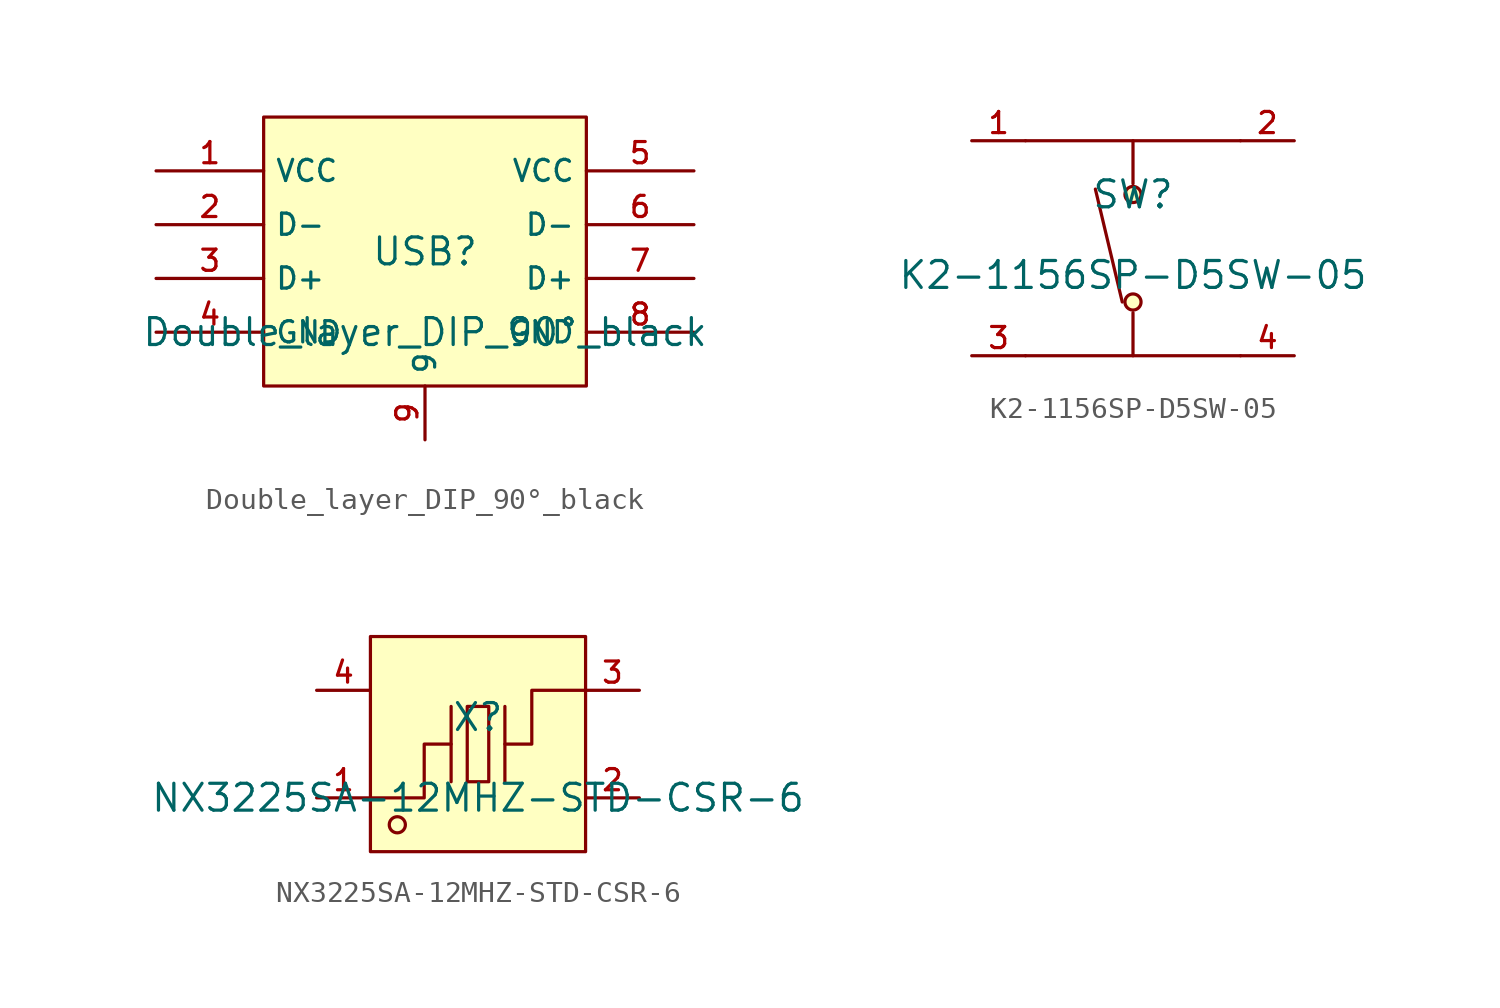
<source format=kicad_sym>
(kicad_symbol_lib
  (version 20210201)
  (generator TousstNicolas/JLC2KiCad_lib)
  (symbol "Double_layer_DIP_90°_black"
    (property "Reference" "USB"
      (at 0 1.27 0)
      (effects (font (size 1.27 1.27))))
    (property "Value" "Double_layer_DIP_90°_black"
      (at 0 -2.54 0)
      (effects (font (size 1.27 1.27))))
    (symbol "Double_layer_DIP_90°_black_0_1"
      (pin unspecified line (at 12.7 -2.54 180) (length 5.08) (name "GND" (effects (font (size 1 1)))) (number "8" (effects (font (size 1 1)))))
      (pin unspecified line (at 12.7 -0.0 180) (length 5.08) (name "D+" (effects (font (size 1 1)))) (number "7" (effects (font (size 1 1)))))
      (pin unspecified line (at 12.7 2.54 180) (length 5.08) (name "D-" (effects (font (size 1 1)))) (number "6" (effects (font (size 1 1)))))
      (pin unspecified line (at 12.7 5.08 180) (length 5.08) (name "VCC" (effects (font (size 1 1)))) (number "5" (effects (font (size 1 1)))))
      (rectangle (start -7.62 7.62) (end 7.62 -5.08) (stroke (width 0) (type default) (color 0 0 0 0)) (fill (type background)))
      (pin unspecified line (at -12.7 5.08 0) (length 5.08) (name "VCC" (effects (font (size 1 1)))) (number "1" (effects (font (size 1 1)))))
      (pin unspecified line (at -12.7 2.54 0) (length 5.08) (name "D-" (effects (font (size 1 1)))) (number "2" (effects (font (size 1 1)))))
      (pin unspecified line (at -12.7 -0.0 0) (length 5.08) (name "D+" (effects (font (size 1 1)))) (number "3" (effects (font (size 1 1)))))
      (pin unspecified line (at -12.7 -2.54 0) (length 5.08) (name "GND" (effects (font (size 1 1)))) (number "4" (effects (font (size 1 1)))))
      (pin unspecified line (at 0.0 -7.62 90) (length 2.54) (name "9" (effects (font (size 1 1)))) (number "9" (effects (font (size 1 1)))))))
  (symbol "K2-1156SP-D5SW-05"
    (pin_names hide)
    (property "Reference" "SW"
      (at 0 1.27 0)
      (effects (font (size 1.27 1.27))))
    (property "Value" "K2-1156SP-D5SW-05"
      (at 0 -2.54 0)
      (effects (font (size 1.27 1.27))))
    (symbol "K2-1156SP-D5SW-05_0_1"
      (circle (center 0.0 -3.81) (radius 0.381) (stroke (width 0) (type default) (color 0 0 0 0)) (fill (type background)))
      (circle (center 0.0 1.27) (radius 0.381) (stroke (width 0) (type default) (color 0 0 0 0)) (fill (type background)))
      (polyline (pts (xy 0.0 1.778) (xy 0.0 3.81)) (stroke (width 0) (type default) (color 0 0 0 0)) (fill (type none)))
      (polyline (pts (xy 0.0 -4.318) (xy 0.0 -6.35)) (stroke (width 0) (type default) (color 0 0 0 0)) (fill (type none)))
      (polyline (pts (xy -0.508 -3.81) (xy -1.778 1.524)) (stroke (width 0) (type default) (color 0 0 0 0)) (fill (type none)))
      (polyline (pts (xy -5.08 -6.35) (xy 5.08 -6.35)) (stroke (width 0) (type default) (color 0 0 0 0)) (fill (type none)))
      (polyline (pts (xy -5.08 3.81) (xy 5.08 3.81)) (stroke (width 0) (type default) (color 0 0 0 0)) (fill (type none)))
      (pin unspecified line (at -7.62 3.81 0) (length 2.54) (name "1" (effects (font (size 1 1)))) (number "1" (effects (font (size 1 1)))))
      (pin unspecified line (at 7.62 3.81 180) (length 2.54) (name "2" (effects (font (size 1 1)))) (number "2" (effects (font (size 1 1)))))
      (pin unspecified line (at -7.62 -6.35 0) (length 2.54) (name "3" (effects (font (size 1 1)))) (number "3" (effects (font (size 1 1)))))
      (pin unspecified line (at 7.62 -6.35 180) (length 2.54) (name "4" (effects (font (size 1 1)))) (number "4" (effects (font (size 1 1)))))))
  (symbol "NX3225SA-12MHZ-STD-CSR-6"
    (pin_names hide)
    (property "Reference" "X"
      (at 0 1.27 0)
      (effects (font (size 1.27 1.27))))
    (property "Value" "NX3225SA-12MHZ-STD-CSR-6"
      (at 0 -2.54 0)
      (effects (font (size 1.27 1.27))))
    (symbol "NX3225SA-12MHZ-STD-CSR-6_0_1"
      (pin input line (at -7.62 -2.54 0) (length 2.54) (name "1" (effects (font (size 1 1)))) (number "1" (effects (font (size 1 1)))))
      (pin input line (at 7.62 2.54 180) (length 2.54) (name "3" (effects (font (size 1 1)))) (number "3" (effects (font (size 1 1)))))
      (pin input line (at -7.62 2.54 0) (length 2.54) (name "GND" (effects (font (size 1 1)))) (number "4" (effects (font (size 1 1)))))
      (pin input line (at 7.62 -2.54 180) (length 2.54) (name "GND" (effects (font (size 1 1)))) (number "2" (effects (font (size 1 1)))))
      (rectangle (start -5.08 5.08) (end 5.08 -5.08) (stroke (width 0) (type default) (color 0 0 0 0)) (fill (type background)))
      (circle (center -3.81 -3.81) (radius 0.381) (stroke (width 0) (type default) (color 0 0 0 0)) (fill (type background)))
      (polyline (pts (xy -1.27 -1.778) (xy -1.27 1.778)) (stroke (width 0) (type default) (color 0 0 0 0)) (fill (type none)))
      (polyline (pts (xy 1.27 -1.778) (xy 1.27 1.778)) (stroke (width 0) (type default) (color 0 0 0 0)) (fill (type none)))
      (polyline (pts (xy -5.08 -2.54) (xy -2.54 -2.54) (xy -2.54 -0.0) (xy -1.27 -0.0)) (stroke (width 0) (type default) (color 0 0 0 0)) (fill (type none)))
      (polyline (pts (xy 5.08 2.54) (xy 2.54 2.54) (xy 2.54 -0.0) (xy 1.27 -0.0)) (stroke (width 0) (type default) (color 0 0 0 0)) (fill (type none)))
      (rectangle (start -0.508 1.778) (end 0.508 -1.778) (stroke (width 0) (type default) (color 0 0 0 0)) (fill (type background))))))
</source>
